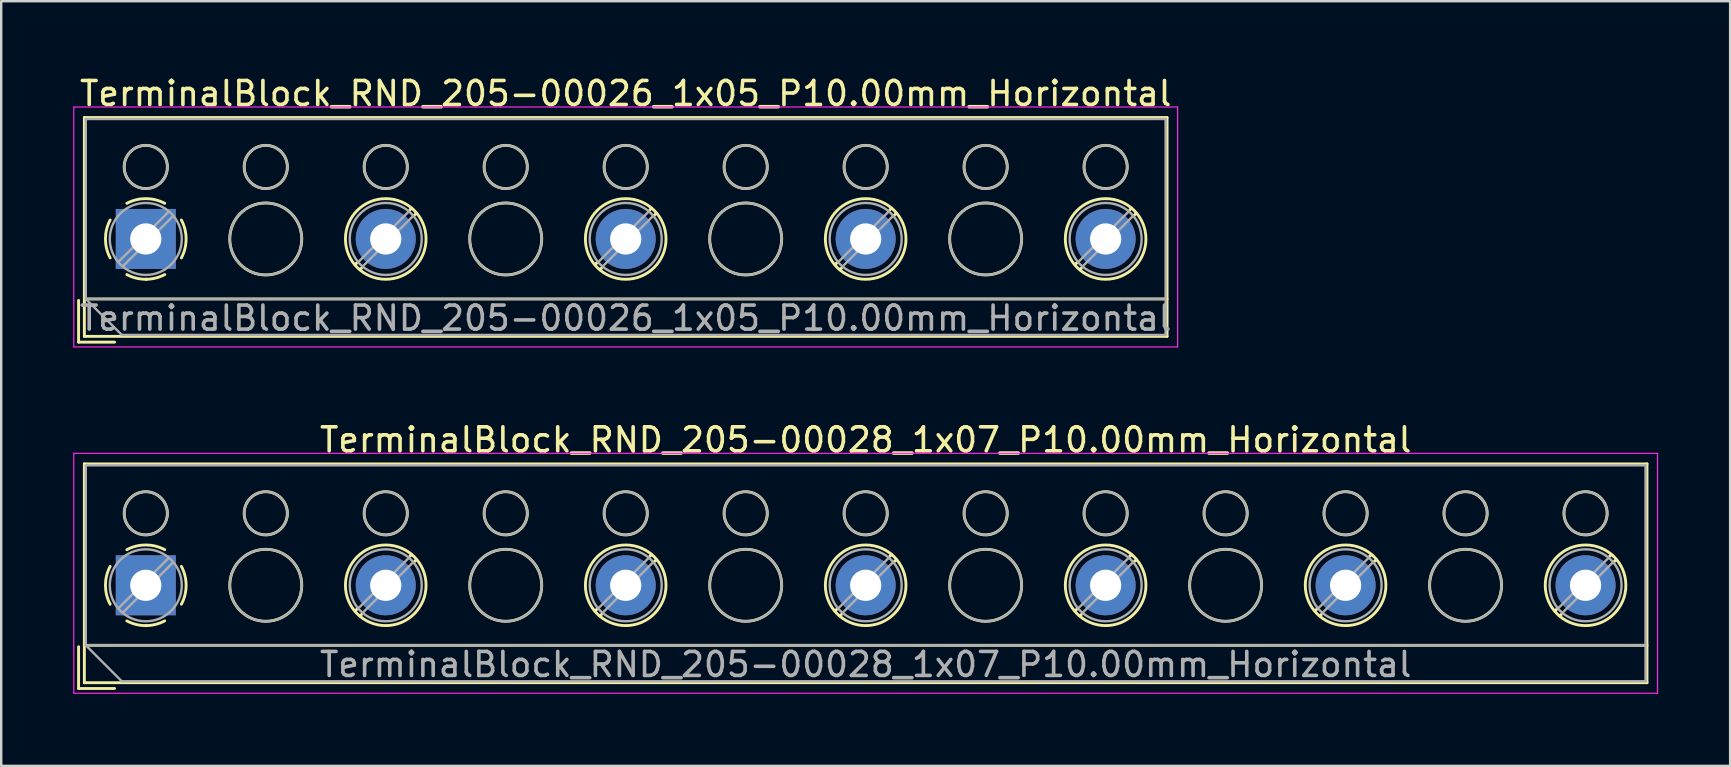
<source format=kicad_pcb>
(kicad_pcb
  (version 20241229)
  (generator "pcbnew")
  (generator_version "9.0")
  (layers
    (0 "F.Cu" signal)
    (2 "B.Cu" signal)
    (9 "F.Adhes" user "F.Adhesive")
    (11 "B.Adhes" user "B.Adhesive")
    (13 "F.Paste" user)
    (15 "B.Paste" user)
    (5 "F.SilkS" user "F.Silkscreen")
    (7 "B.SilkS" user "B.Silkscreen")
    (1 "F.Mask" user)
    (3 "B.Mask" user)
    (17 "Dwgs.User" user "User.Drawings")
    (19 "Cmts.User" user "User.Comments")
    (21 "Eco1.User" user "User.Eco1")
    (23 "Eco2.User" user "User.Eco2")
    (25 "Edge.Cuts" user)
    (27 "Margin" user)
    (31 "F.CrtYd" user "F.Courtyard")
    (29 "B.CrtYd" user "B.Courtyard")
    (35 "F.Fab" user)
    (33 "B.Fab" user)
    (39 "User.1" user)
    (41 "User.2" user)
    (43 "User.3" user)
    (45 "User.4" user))
  (footprint "TerminalBlock_RND_205-00026_1x05_P10.00mm_Horizontal"
    (layer "F.Cu")
    (at 3.025 6.908)
    (property "Reference" "TerminalBlock_RND_205-00026_1x05_P10.00mm_Horizontal" (at 20 -6.06 0) (layer "F.SilkS") (effects (font (size 1 1) (thickness 0.15))))
    (attr through_hole)
    (fp_line (start -2.8 2.56) (end -2.8 4.3) (stroke (width 0.12) (type solid)) (layer "F.SilkS"))
    (fp_line (start -2.8 4.3) (end -1.3 4.3) (stroke (width 0.12) (type solid)) (layer "F.SilkS"))
    (fp_line (start -2.56 -5.06) (end -2.56 4.06) (stroke (width 0.12) (type solid)) (layer "F.SilkS"))
    (fp_line (start -2.56 -5.06) (end 42.56 -5.06) (stroke (width 0.12) (type solid)) (layer "F.SilkS"))
    (fp_line (start -2.56 2.5) (end 42.56 2.5) (stroke (width 0.12) (type solid)) (layer "F.SilkS"))
    (fp_line (start -2.56 4.06) (end 42.56 4.06) (stroke (width 0.12) (type solid)) (layer "F.SilkS"))
    (fp_line (start 8.82 0.976) (end 8.726 1.069) (stroke (width 0.12) (type solid)) (layer "F.SilkS"))
    (fp_line (start 8.99 1.216) (end 8.931 1.274) (stroke (width 0.12) (type solid)) (layer "F.SilkS"))
    (fp_line (start 11.07 -1.275) (end 11.011 -1.216) (stroke (width 0.12) (type solid)) (layer "F.SilkS"))
    (fp_line (start 11.275 -1.069) (end 11.181 -0.976) (stroke (width 0.12) (type solid)) (layer "F.SilkS"))
    (fp_line (start 18.82 0.976) (end 18.726 1.069) (stroke (width 0.12) (type solid)) (layer "F.SilkS"))
    (fp_line (start 18.99 1.216) (end 18.931 1.274) (stroke (width 0.12) (type solid)) (layer "F.SilkS"))
    (fp_line (start 21.07 -1.275) (end 21.011 -1.216) (stroke (width 0.12) (type solid)) (layer "F.SilkS"))
    (fp_line (start 21.275 -1.069) (end 21.181 -0.976) (stroke (width 0.12) (type solid)) (layer "F.SilkS"))
    (fp_line (start 28.82 0.976) (end 28.726 1.069) (stroke (width 0.12) (type solid)) (layer "F.SilkS"))
    (fp_line (start 28.99 1.216) (end 28.931 1.274) (stroke (width 0.12) (type solid)) (layer "F.SilkS"))
    (fp_line (start 31.07 -1.275) (end 31.011 -1.216) (stroke (width 0.12) (type solid)) (layer "F.SilkS"))
    (fp_line (start 31.275 -1.069) (end 31.181 -0.976) (stroke (width 0.12) (type solid)) (layer "F.SilkS"))
    (fp_line (start 38.82 0.976) (end 38.726 1.069) (stroke (width 0.12) (type solid)) (layer "F.SilkS"))
    (fp_line (start 38.99 1.216) (end 38.931 1.274) (stroke (width 0.12) (type solid)) (layer "F.SilkS"))
    (fp_line (start 41.07 -1.275) (end 41.011 -1.216) (stroke (width 0.12) (type solid)) (layer "F.SilkS"))
    (fp_line (start 41.275 -1.069) (end 41.181 -0.976) (stroke (width 0.12) (type solid)) (layer "F.SilkS"))
    (fp_line (start 42.56 -5.06) (end 42.56 4.06) (stroke (width 0.12) (type solid)) (layer "F.SilkS"))
    (fp_arc (start -1.483953 0.789089) (mid -1.680708 0.00005) (end -1.484 -0.789) (stroke (width 0.12) (type solid)) (layer "F.SilkS"))
    (fp_arc (start -0.789089 -1.483953) (mid -0.00005 -1.680708) (end 0.789 -1.484) (stroke (width 0.12) (type solid)) (layer "F.SilkS"))
    (fp_arc (start 0.029383 1.68045) (mid -0.392304 1.634281) (end -0.789 1.484) (stroke (width 0.12) (type solid)) (layer "F.SilkS"))
    (fp_arc (start 0.788712 1.483352) (mid 0.406429 1.630097) (end 0 1.68) (stroke (width 0.12) (type solid)) (layer "F.SilkS"))
    (fp_arc (start 1.483953 -0.789089) (mid 1.680708 -0.00005) (end 1.484 0.789) (stroke (width 0.12) (type solid)) (layer "F.SilkS"))
    (fp_circle (center 0 -3) (end 0.9 -3) (stroke (width 0.12) (type solid)) (fill no) (layer "F.SilkS"))
    (fp_circle (center 5 -3) (end 5.9 -3) (stroke (width 0.12) (type solid)) (fill no) (layer "F.SilkS"))
    (fp_circle (center 5 0) (end 6.5 0) (stroke (width 0.12) (type solid)) (fill no) (layer "F.SilkS"))
    (fp_circle (center 10 -3) (end 10.9 -3) (stroke (width 0.12) (type solid)) (fill no) (layer "F.SilkS"))
    (fp_circle (center 10 0) (end 11.68 0) (stroke (width 0.12) (type solid)) (fill no) (layer "F.SilkS"))
    (fp_circle (center 15 -3) (end 15.9 -3) (stroke (width 0.12) (type solid)) (fill no) (layer "F.SilkS"))
    (fp_circle (center 15 0) (end 16.5 0) (stroke (width 0.12) (type solid)) (fill no) (layer "F.SilkS"))
    (fp_circle (center 20 -3) (end 20.9 -3) (stroke (width 0.12) (type solid)) (fill no) (layer "F.SilkS"))
    (fp_circle (center 20 0) (end 21.68 0) (stroke (width 0.12) (type solid)) (fill no) (layer "F.SilkS"))
    (fp_circle (center 25 -3) (end 25.9 -3) (stroke (width 0.12) (type solid)) (fill no) (layer "F.SilkS"))
    (fp_circle (center 25 0) (end 26.5 0) (stroke (width 0.12) (type solid)) (fill no) (layer "F.SilkS"))
    (fp_circle (center 30 -3) (end 30.9 -3) (stroke (width 0.12) (type solid)) (fill no) (layer "F.SilkS"))
    (fp_circle (center 30 0) (end 31.68 0) (stroke (width 0.12) (type solid)) (fill no) (layer "F.SilkS"))
    (fp_circle (center 35 -3) (end 35.9 -3) (stroke (width 0.12) (type solid)) (fill no) (layer "F.SilkS"))
    (fp_circle (center 35 0) (end 36.5 0) (stroke (width 0.12) (type solid)) (fill no) (layer "F.SilkS"))
    (fp_circle (center 40 -3) (end 40.9 -3) (stroke (width 0.12) (type solid)) (fill no) (layer "F.SilkS"))
    (fp_circle (center 40 0) (end 41.68 0) (stroke (width 0.12) (type solid)) (fill no) (layer "F.SilkS"))
    (fp_line (start -3 -5.5) (end -3 4.5) (stroke (width 0.05) (type solid)) (layer "F.CrtYd"))
    (fp_line (start -3 4.5) (end 43 4.5) (stroke (width 0.05) (type solid)) (layer "F.CrtYd"))
    (fp_line (start 43 -5.5) (end -3 -5.5) (stroke (width 0.05) (type solid)) (layer "F.CrtYd"))
    (fp_line (start 43 4.5) (end 43 -5.5) (stroke (width 0.05) (type solid)) (layer "F.CrtYd"))
    (fp_line (start -2.5 -5) (end 42.5 -5) (stroke (width 0.1) (type solid)) (layer "F.Fab"))
    (fp_line (start -2.5 2.5) (end -2.5 -5) (stroke (width 0.1) (type solid)) (layer "F.Fab"))
    (fp_line (start -2.5 2.5) (end 42.5 2.5) (stroke (width 0.1) (type solid)) (layer "F.Fab"))
    (fp_line (start -1 4) (end -2.5 2.5) (stroke (width 0.1) (type solid)) (layer "F.Fab"))
    (fp_line (start 0.955 -1.138) (end -1.138 0.955) (stroke (width 0.1) (type solid)) (layer "F.Fab"))
    (fp_line (start 1.138 -0.955) (end -0.955 1.138) (stroke (width 0.1) (type solid)) (layer "F.Fab"))
    (fp_line (start 10.955 -1.138) (end 8.863 0.955) (stroke (width 0.1) (type solid)) (layer "F.Fab"))
    (fp_line (start 11.138 -0.955) (end 9.046 1.138) (stroke (width 0.1) (type solid)) (layer "F.Fab"))
    (fp_line (start 20.955 -1.138) (end 18.863 0.955) (stroke (width 0.1) (type solid)) (layer "F.Fab"))
    (fp_line (start 21.138 -0.955) (end 19.046 1.138) (stroke (width 0.1) (type solid)) (layer "F.Fab"))
    (fp_line (start 30.955 -1.138) (end 28.863 0.955) (stroke (width 0.1) (type solid)) (layer "F.Fab"))
    (fp_line (start 31.138 -0.955) (end 29.046 1.138) (stroke (width 0.1) (type solid)) (layer "F.Fab"))
    (fp_line (start 40.955 -1.138) (end 38.863 0.955) (stroke (width 0.1) (type solid)) (layer "F.Fab"))
    (fp_line (start 41.138 -0.955) (end 39.046 1.138) (stroke (width 0.1) (type solid)) (layer "F.Fab"))
    (fp_line (start 42.5 -5) (end 42.5 4) (stroke (width 0.1) (type solid)) (layer "F.Fab"))
    (fp_line (start 42.5 4) (end -1 4) (stroke (width 0.1) (type solid)) (layer "F.Fab"))
    (fp_circle (center 0 -3) (end 0.9 -3) (stroke (width 0.1) (type solid)) (fill no) (layer "F.Fab"))
    (fp_circle (center 0 0) (end 1.5 0) (stroke (width 0.1) (type solid)) (fill no) (layer "F.Fab"))
    (fp_circle (center 5 -3) (end 5.9 -3) (stroke (width 0.1) (type solid)) (fill no) (layer "F.Fab"))
    (fp_circle (center 5 0) (end 6.5 0) (stroke (width 0.1) (type solid)) (fill no) (layer "F.Fab"))
    (fp_circle (center 10 -3) (end 10.9 -3) (stroke (width 0.1) (type solid)) (fill no) (layer "F.Fab"))
    (fp_circle (center 10 0) (end 11.5 0) (stroke (width 0.1) (type solid)) (fill no) (layer "F.Fab"))
    (fp_circle (center 15 -3) (end 15.9 -3) (stroke (width 0.1) (type solid)) (fill no) (layer "F.Fab"))
    (fp_circle (center 15 0) (end 16.5 0) (stroke (width 0.1) (type solid)) (fill no) (layer "F.Fab"))
    (fp_circle (center 20 -3) (end 20.9 -3) (stroke (width 0.1) (type solid)) (fill no) (layer "F.Fab"))
    (fp_circle (center 20 0) (end 21.5 0) (stroke (width 0.1) (type solid)) (fill no) (layer "F.Fab"))
    (fp_circle (center 25 -3) (end 25.9 -3) (stroke (width 0.1) (type solid)) (fill no) (layer "F.Fab"))
    (fp_circle (center 25 0) (end 26.5 0) (stroke (width 0.1) (type solid)) (fill no) (layer "F.Fab"))
    (fp_circle (center 30 -3) (end 30.9 -3) (stroke (width 0.1) (type solid)) (fill no) (layer "F.Fab"))
    (fp_circle (center 30 0) (end 31.5 0) (stroke (width 0.1) (type solid)) (fill no) (layer "F.Fab"))
    (fp_circle (center 35 -3) (end 35.9 -3) (stroke (width 0.1) (type solid)) (fill no) (layer "F.Fab"))
    (fp_circle (center 35 0) (end 36.5 0) (stroke (width 0.1) (type solid)) (fill no) (layer "F.Fab"))
    (fp_circle (center 40 -3) (end 40.9 -3) (stroke (width 0.1) (type solid)) (fill no) (layer "F.Fab"))
    (fp_circle (center 40 0) (end 41.5 0) (stroke (width 0.1) (type solid)) (fill no) (layer "F.Fab"))
    (fp_text user "${REFERENCE}" (at 20 3.3 0) (layer "F.Fab") (effects (font (size 1 1) (thickness 0.15))))
    (pad "1" thru_hole rect (at 0 0) (size 2.5 2.5) (drill 1.3) (layers "*.Cu" "*.Mask"))
    (pad "2" thru_hole circle (at 10 0) (size 2.5 2.5) (drill 1.3) (layers "*.Cu" "*.Mask"))
    (pad "3" thru_hole circle (at 20 0) (size 2.5 2.5) (drill 1.3) (layers "*.Cu" "*.Mask"))
    (pad "4" thru_hole circle (at 30 0) (size 2.5 2.5) (drill 1.3) (layers "*.Cu" "*.Mask"))
    (pad "5" thru_hole circle (at 40 0) (size 2.5 2.5) (drill 1.3) (layers "*.Cu" "*.Mask")))
  (footprint "TerminalBlock_RND_205-00028_1x07_P10.00mm_Horizontal"
    (layer "F.Cu")
    (at 3.025 21.341)
    (property "Reference" "TerminalBlock_RND_205-00028_1x07_P10.00mm_Horizontal" (at 30 -6.06 0) (layer "F.SilkS") (effects (font (size 1 1) (thickness 0.15))))
    (attr through_hole)
    (fp_line (start -2.8 2.56) (end -2.8 4.3) (stroke (width 0.12) (type solid)) (layer "F.SilkS"))
    (fp_line (start -2.8 4.3) (end -1.3 4.3) (stroke (width 0.12) (type solid)) (layer "F.SilkS"))
    (fp_line (start -2.56 -5.06) (end -2.56 4.06) (stroke (width 0.12) (type solid)) (layer "F.SilkS"))
    (fp_line (start -2.56 -5.06) (end 62.56 -5.06) (stroke (width 0.12) (type solid)) (layer "F.SilkS"))
    (fp_line (start -2.56 2.5) (end 62.56 2.5) (stroke (width 0.12) (type solid)) (layer "F.SilkS"))
    (fp_line (start -2.56 4.06) (end 62.56 4.06) (stroke (width 0.12) (type solid)) (layer "F.SilkS"))
    (fp_line (start 8.82 0.976) (end 8.726 1.069) (stroke (width 0.12) (type solid)) (layer "F.SilkS"))
    (fp_line (start 8.99 1.216) (end 8.931 1.274) (stroke (width 0.12) (type solid)) (layer "F.SilkS"))
    (fp_line (start 11.07 -1.275) (end 11.011 -1.216) (stroke (width 0.12) (type solid)) (layer "F.SilkS"))
    (fp_line (start 11.275 -1.069) (end 11.181 -0.976) (stroke (width 0.12) (type solid)) (layer "F.SilkS"))
    (fp_line (start 18.82 0.976) (end 18.726 1.069) (stroke (width 0.12) (type solid)) (layer "F.SilkS"))
    (fp_line (start 18.99 1.216) (end 18.931 1.274) (stroke (width 0.12) (type solid)) (layer "F.SilkS"))
    (fp_line (start 21.07 -1.275) (end 21.011 -1.216) (stroke (width 0.12) (type solid)) (layer "F.SilkS"))
    (fp_line (start 21.275 -1.069) (end 21.181 -0.976) (stroke (width 0.12) (type solid)) (layer "F.SilkS"))
    (fp_line (start 28.82 0.976) (end 28.726 1.069) (stroke (width 0.12) (type solid)) (layer "F.SilkS"))
    (fp_line (start 28.99 1.216) (end 28.931 1.274) (stroke (width 0.12) (type solid)) (layer "F.SilkS"))
    (fp_line (start 31.07 -1.275) (end 31.011 -1.216) (stroke (width 0.12) (type solid)) (layer "F.SilkS"))
    (fp_line (start 31.275 -1.069) (end 31.181 -0.976) (stroke (width 0.12) (type solid)) (layer "F.SilkS"))
    (fp_line (start 38.82 0.976) (end 38.726 1.069) (stroke (width 0.12) (type solid)) (layer "F.SilkS"))
    (fp_line (start 38.99 1.216) (end 38.931 1.274) (stroke (width 0.12) (type solid)) (layer "F.SilkS"))
    (fp_line (start 41.07 -1.275) (end 41.011 -1.216) (stroke (width 0.12) (type solid)) (layer "F.SilkS"))
    (fp_line (start 41.275 -1.069) (end 41.181 -0.976) (stroke (width 0.12) (type solid)) (layer "F.SilkS"))
    (fp_line (start 48.82 0.976) (end 48.726 1.069) (stroke (width 0.12) (type solid)) (layer "F.SilkS"))
    (fp_line (start 48.99 1.216) (end 48.931 1.274) (stroke (width 0.12) (type solid)) (layer "F.SilkS"))
    (fp_line (start 51.07 -1.275) (end 51.011 -1.216) (stroke (width 0.12) (type solid)) (layer "F.SilkS"))
    (fp_line (start 51.275 -1.069) (end 51.181 -0.976) (stroke (width 0.12) (type solid)) (layer "F.SilkS"))
    (fp_line (start 58.82 0.976) (end 58.726 1.069) (stroke (width 0.12) (type solid)) (layer "F.SilkS"))
    (fp_line (start 58.99 1.216) (end 58.931 1.274) (stroke (width 0.12) (type solid)) (layer "F.SilkS"))
    (fp_line (start 61.07 -1.275) (end 61.011 -1.216) (stroke (width 0.12) (type solid)) (layer "F.SilkS"))
    (fp_line (start 61.275 -1.069) (end 61.181 -0.976) (stroke (width 0.12) (type solid)) (layer "F.SilkS"))
    (fp_line (start 62.56 -5.06) (end 62.56 4.06) (stroke (width 0.12) (type solid)) (layer "F.SilkS"))
    (fp_arc (start -1.483953 0.789089) (mid -1.680708 0.00005) (end -1.484 -0.789) (stroke (width 0.12) (type solid)) (layer "F.SilkS"))
    (fp_arc (start -0.789089 -1.483953) (mid -0.00005 -1.680708) (end 0.789 -1.484) (stroke (width 0.12) (type solid)) (layer "F.SilkS"))
    (fp_arc (start 0.029383 1.68045) (mid -0.392304 1.634281) (end -0.789 1.484) (stroke (width 0.12) (type solid)) (layer "F.SilkS"))
    (fp_arc (start 0.788712 1.483352) (mid 0.406429 1.630097) (end 0 1.68) (stroke (width 0.12) (type solid)) (layer "F.SilkS"))
    (fp_arc (start 1.483953 -0.789089) (mid 1.680708 -0.00005) (end 1.484 0.789) (stroke (width 0.12) (type solid)) (layer "F.SilkS"))
    (fp_circle (center 0 -3) (end 0.9 -3) (stroke (width 0.12) (type solid)) (fill no) (layer "F.SilkS"))
    (fp_circle (center 5 -3) (end 5.9 -3) (stroke (width 0.12) (type solid)) (fill no) (layer "F.SilkS"))
    (fp_circle (center 5 0) (end 6.5 0) (stroke (width 0.12) (type solid)) (fill no) (layer "F.SilkS"))
    (fp_circle (center 10 -3) (end 10.9 -3) (stroke (width 0.12) (type solid)) (fill no) (layer "F.SilkS"))
    (fp_circle (center 10 0) (end 11.68 0) (stroke (width 0.12) (type solid)) (fill no) (layer "F.SilkS"))
    (fp_circle (center 15 -3) (end 15.9 -3) (stroke (width 0.12) (type solid)) (fill no) (layer "F.SilkS"))
    (fp_circle (center 15 0) (end 16.5 0) (stroke (width 0.12) (type solid)) (fill no) (layer "F.SilkS"))
    (fp_circle (center 20 -3) (end 20.9 -3) (stroke (width 0.12) (type solid)) (fill no) (layer "F.SilkS"))
    (fp_circle (center 20 0) (end 21.68 0) (stroke (width 0.12) (type solid)) (fill no) (layer "F.SilkS"))
    (fp_circle (center 25 -3) (end 25.9 -3) (stroke (width 0.12) (type solid)) (fill no) (layer "F.SilkS"))
    (fp_circle (center 25 0) (end 26.5 0) (stroke (width 0.12) (type solid)) (fill no) (layer "F.SilkS"))
    (fp_circle (center 30 -3) (end 30.9 -3) (stroke (width 0.12) (type solid)) (fill no) (layer "F.SilkS"))
    (fp_circle (center 30 0) (end 31.68 0) (stroke (width 0.12) (type solid)) (fill no) (layer "F.SilkS"))
    (fp_circle (center 35 -3) (end 35.9 -3) (stroke (width 0.12) (type solid)) (fill no) (layer "F.SilkS"))
    (fp_circle (center 35 0) (end 36.5 0) (stroke (width 0.12) (type solid)) (fill no) (layer "F.SilkS"))
    (fp_circle (center 40 -3) (end 40.9 -3) (stroke (width 0.12) (type solid)) (fill no) (layer "F.SilkS"))
    (fp_circle (center 40 0) (end 41.68 0) (stroke (width 0.12) (type solid)) (fill no) (layer "F.SilkS"))
    (fp_circle (center 45 -3) (end 45.9 -3) (stroke (width 0.12) (type solid)) (fill no) (layer "F.SilkS"))
    (fp_circle (center 45 0) (end 46.5 0) (stroke (width 0.12) (type solid)) (fill no) (layer "F.SilkS"))
    (fp_circle (center 50 -3) (end 50.9 -3) (stroke (width 0.12) (type solid)) (fill no) (layer "F.SilkS"))
    (fp_circle (center 50 0) (end 51.68 0) (stroke (width 0.12) (type solid)) (fill no) (layer "F.SilkS"))
    (fp_circle (center 55 -3) (end 55.9 -3) (stroke (width 0.12) (type solid)) (fill no) (layer "F.SilkS"))
    (fp_circle (center 55 0) (end 56.5 0) (stroke (width 0.12) (type solid)) (fill no) (layer "F.SilkS"))
    (fp_circle (center 60 -3) (end 60.9 -3) (stroke (width 0.12) (type solid)) (fill no) (layer "F.SilkS"))
    (fp_circle (center 60 0) (end 61.68 0) (stroke (width 0.12) (type solid)) (fill no) (layer "F.SilkS"))
    (fp_line (start -3 -5.5) (end -3 4.5) (stroke (width 0.05) (type solid)) (layer "F.CrtYd"))
    (fp_line (start -3 4.5) (end 63 4.5) (stroke (width 0.05) (type solid)) (layer "F.CrtYd"))
    (fp_line (start 63 -5.5) (end -3 -5.5) (stroke (width 0.05) (type solid)) (layer "F.CrtYd"))
    (fp_line (start 63 4.5) (end 63 -5.5) (stroke (width 0.05) (type solid)) (layer "F.CrtYd"))
    (fp_line (start -2.5 -5) (end 62.5 -5) (stroke (width 0.1) (type solid)) (layer "F.Fab"))
    (fp_line (start -2.5 2.5) (end -2.5 -5) (stroke (width 0.1) (type solid)) (layer "F.Fab"))
    (fp_line (start -2.5 2.5) (end 62.5 2.5) (stroke (width 0.1) (type solid)) (layer "F.Fab"))
    (fp_line (start -1 4) (end -2.5 2.5) (stroke (width 0.1) (type solid)) (layer "F.Fab"))
    (fp_line (start 0.955 -1.138) (end -1.138 0.955) (stroke (width 0.1) (type solid)) (layer "F.Fab"))
    (fp_line (start 1.138 -0.955) (end -0.955 1.138) (stroke (width 0.1) (type solid)) (layer "F.Fab"))
    (fp_line (start 10.955 -1.138) (end 8.863 0.955) (stroke (width 0.1) (type solid)) (layer "F.Fab"))
    (fp_line (start 11.138 -0.955) (end 9.046 1.138) (stroke (width 0.1) (type solid)) (layer "F.Fab"))
    (fp_line (start 20.955 -1.138) (end 18.863 0.955) (stroke (width 0.1) (type solid)) (layer "F.Fab"))
    (fp_line (start 21.138 -0.955) (end 19.046 1.138) (stroke (width 0.1) (type solid)) (layer "F.Fab"))
    (fp_line (start 30.955 -1.138) (end 28.863 0.955) (stroke (width 0.1) (type solid)) (layer "F.Fab"))
    (fp_line (start 31.138 -0.955) (end 29.046 1.138) (stroke (width 0.1) (type solid)) (layer "F.Fab"))
    (fp_line (start 40.955 -1.138) (end 38.863 0.955) (stroke (width 0.1) (type solid)) (layer "F.Fab"))
    (fp_line (start 41.138 -0.955) (end 39.046 1.138) (stroke (width 0.1) (type solid)) (layer "F.Fab"))
    (fp_line (start 50.955 -1.138) (end 48.863 0.955) (stroke (width 0.1) (type solid)) (layer "F.Fab"))
    (fp_line (start 51.138 -0.955) (end 49.046 1.138) (stroke (width 0.1) (type solid)) (layer "F.Fab"))
    (fp_line (start 60.955 -1.138) (end 58.863 0.955) (stroke (width 0.1) (type solid)) (layer "F.Fab"))
    (fp_line (start 61.138 -0.955) (end 59.046 1.138) (stroke (width 0.1) (type solid)) (layer "F.Fab"))
    (fp_line (start 62.5 -5) (end 62.5 4) (stroke (width 0.1) (type solid)) (layer "F.Fab"))
    (fp_line (start 62.5 4) (end -1 4) (stroke (width 0.1) (type solid)) (layer "F.Fab"))
    (fp_circle (center 0 -3) (end 0.9 -3) (stroke (width 0.1) (type solid)) (fill no) (layer "F.Fab"))
    (fp_circle (center 0 0) (end 1.5 0) (stroke (width 0.1) (type solid)) (fill no) (layer "F.Fab"))
    (fp_circle (center 5 -3) (end 5.9 -3) (stroke (width 0.1) (type solid)) (fill no) (layer "F.Fab"))
    (fp_circle (center 5 0) (end 6.5 0) (stroke (width 0.1) (type solid)) (fill no) (layer "F.Fab"))
    (fp_circle (center 10 -3) (end 10.9 -3) (stroke (width 0.1) (type solid)) (fill no) (layer "F.Fab"))
    (fp_circle (center 10 0) (end 11.5 0) (stroke (width 0.1) (type solid)) (fill no) (layer "F.Fab"))
    (fp_circle (center 15 -3) (end 15.9 -3) (stroke (width 0.1) (type solid)) (fill no) (layer "F.Fab"))
    (fp_circle (center 15 0) (end 16.5 0) (stroke (width 0.1) (type solid)) (fill no) (layer "F.Fab"))
    (fp_circle (center 20 -3) (end 20.9 -3) (stroke (width 0.1) (type solid)) (fill no) (layer "F.Fab"))
    (fp_circle (center 20 0) (end 21.5 0) (stroke (width 0.1) (type solid)) (fill no) (layer "F.Fab"))
    (fp_circle (center 25 -3) (end 25.9 -3) (stroke (width 0.1) (type solid)) (fill no) (layer "F.Fab"))
    (fp_circle (center 25 0) (end 26.5 0) (stroke (width 0.1) (type solid)) (fill no) (layer "F.Fab"))
    (fp_circle (center 30 -3) (end 30.9 -3) (stroke (width 0.1) (type solid)) (fill no) (layer "F.Fab"))
    (fp_circle (center 30 0) (end 31.5 0) (stroke (width 0.1) (type solid)) (fill no) (layer "F.Fab"))
    (fp_circle (center 35 -3) (end 35.9 -3) (stroke (width 0.1) (type solid)) (fill no) (layer "F.Fab"))
    (fp_circle (center 35 0) (end 36.5 0) (stroke (width 0.1) (type solid)) (fill no) (layer "F.Fab"))
    (fp_circle (center 40 -3) (end 40.9 -3) (stroke (width 0.1) (type solid)) (fill no) (layer "F.Fab"))
    (fp_circle (center 40 0) (end 41.5 0) (stroke (width 0.1) (type solid)) (fill no) (layer "F.Fab"))
    (fp_circle (center 45 -3) (end 45.9 -3) (stroke (width 0.1) (type solid)) (fill no) (layer "F.Fab"))
    (fp_circle (center 45 0) (end 46.5 0) (stroke (width 0.1) (type solid)) (fill no) (layer "F.Fab"))
    (fp_circle (center 50 -3) (end 50.9 -3) (stroke (width 0.1) (type solid)) (fill no) (layer "F.Fab"))
    (fp_circle (center 50 0) (end 51.5 0) (stroke (width 0.1) (type solid)) (fill no) (layer "F.Fab"))
    (fp_circle (center 55 -3) (end 55.9 -3) (stroke (width 0.1) (type solid)) (fill no) (layer "F.Fab"))
    (fp_circle (center 55 0) (end 56.5 0) (stroke (width 0.1) (type solid)) (fill no) (layer "F.Fab"))
    (fp_circle (center 60 -3) (end 60.9 -3) (stroke (width 0.1) (type solid)) (fill no) (layer "F.Fab"))
    (fp_circle (center 60 0) (end 61.5 0) (stroke (width 0.1) (type solid)) (fill no) (layer "F.Fab"))
    (fp_text user "${REFERENCE}" (at 30 3.3 0) (layer "F.Fab") (effects (font (size 1 1) (thickness 0.15))))
    (pad "1" thru_hole rect (at 0 0) (size 2.5 2.5) (drill 1.3) (layers "*.Cu" "*.Mask"))
    (pad "2" thru_hole circle (at 10 0) (size 2.5 2.5) (drill 1.3) (layers "*.Cu" "*.Mask"))
    (pad "3" thru_hole circle (at 20 0) (size 2.5 2.5) (drill 1.3) (layers "*.Cu" "*.Mask"))
    (pad "4" thru_hole circle (at 30 0) (size 2.5 2.5) (drill 1.3) (layers "*.Cu" "*.Mask"))
    (pad "5" thru_hole circle (at 40 0) (size 2.5 2.5) (drill 1.3) (layers "*.Cu" "*.Mask"))
    (pad "6" thru_hole circle (at 50 0) (size 2.5 2.5) (drill 1.3) (layers "*.Cu" "*.Mask"))
    (pad "7" thru_hole circle (at 60 0) (size 2.5 2.5) (drill 1.3) (layers "*.Cu" "*.Mask")))
  (gr_rect
    (start -3 -3)
    (end 69.05 28.866)
    (stroke (width 0.1) (type default))
    (fill no)
    (layer "Edge.Cuts")))
</source>
